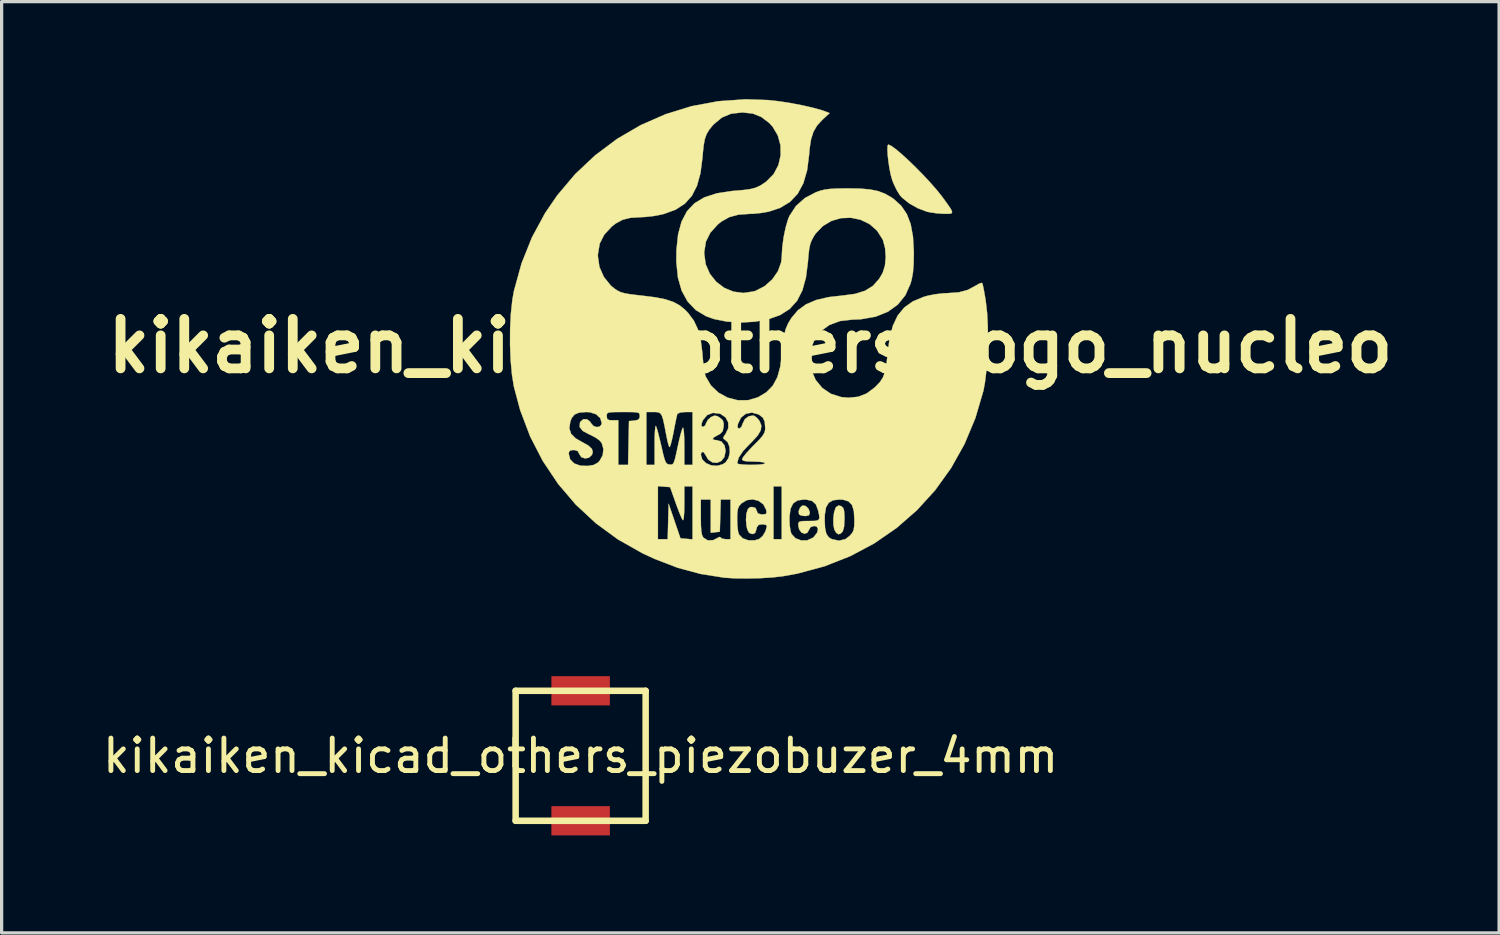
<source format=kicad_pcb>
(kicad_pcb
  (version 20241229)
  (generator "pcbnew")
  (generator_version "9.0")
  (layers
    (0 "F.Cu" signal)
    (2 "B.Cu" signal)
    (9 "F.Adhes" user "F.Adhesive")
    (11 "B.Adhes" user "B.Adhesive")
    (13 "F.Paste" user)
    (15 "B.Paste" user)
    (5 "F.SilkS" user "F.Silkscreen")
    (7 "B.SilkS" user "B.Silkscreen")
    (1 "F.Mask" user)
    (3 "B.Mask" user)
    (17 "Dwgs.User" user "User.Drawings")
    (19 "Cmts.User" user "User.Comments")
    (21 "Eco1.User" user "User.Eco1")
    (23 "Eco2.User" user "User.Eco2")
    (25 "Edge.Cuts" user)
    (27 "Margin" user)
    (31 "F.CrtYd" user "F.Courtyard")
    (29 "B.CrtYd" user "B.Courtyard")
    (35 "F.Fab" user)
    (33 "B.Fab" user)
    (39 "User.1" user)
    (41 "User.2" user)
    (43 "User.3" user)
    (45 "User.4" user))
  (footprint "kikaiken_kicad_others_logo_nucleo"
    (layer "F.Cu")
    (at 20.037 7.595)
    (property "Reference" "kikaiken_kicad_others_logo_nucleo" (at 0 0 0) (layer "F.SilkS") (effects (font (size 1.524 1.524) (thickness 0.3))))
    (attr through_hole)
    (fp_poly (pts (xy 1.694 4.92) (xy 1.781 4.997) (xy 1.827 5.109) (xy 1.829 5.134) (xy 1.803 5.207) (xy 1.708 5.232) (xy 1.679 5.232) (xy 1.562 5.217) (xy 1.498 5.181) (xy 1.486 5.081) (xy 1.531 4.971) (xy 1.601 4.909) (xy 1.694 4.92)) (stroke (width 0.01) (type solid)) (fill yes) (layer "F.SilkS"))
    (fp_poly (pts (xy 2.799 4.93) (xy 2.852 4.976) (xy 2.882 5.058) (xy 2.894 5.201) (xy 2.896 5.326) (xy 2.883 5.561) (xy 2.842 5.709) (xy 2.768 5.78) (xy 2.706 5.791) (xy 2.642 5.749) (xy 2.585 5.652) (xy 2.555 5.501) (xy 2.553 5.312) (xy 2.575 5.127) (xy 2.62 4.986) (xy 2.639 4.956) (xy 2.719 4.906) (xy 2.799 4.93)) (stroke (width 0.01) (type solid)) (fill yes) (layer "F.SilkS"))
    (fp_poly (pts (xy 4.328 -6.161) (xy 4.468 -6.061) (xy 4.649 -5.909) (xy 4.859 -5.717) (xy 5.085 -5.499) (xy 5.315 -5.265) (xy 5.534 -5.03) (xy 5.732 -4.804) (xy 5.895 -4.6) (xy 5.915 -4.573) (xy 6.07 -4.36) (xy 6.167 -4.217) (xy 6.208 -4.13) (xy 6.194 -4.084) (xy 6.125 -4.068) (xy 6.003 -4.067) (xy 5.958 -4.067) (xy 5.743 -4.081) (xy 5.526 -4.112) (xy 5.432 -4.133) (xy 5.151 -4.238) (xy 4.886 -4.388) (xy 4.67 -4.561) (xy 4.597 -4.644) (xy 4.506 -4.791) (xy 4.413 -4.983) (xy 4.365 -5.104) (xy 4.321 -5.261) (xy 4.281 -5.457) (xy 4.249 -5.668) (xy 4.226 -5.871) (xy 4.217 -6.042) (xy 4.222 -6.159) (xy 4.242 -6.198) (xy 4.328 -6.161)) (stroke (width 0.01) (type solid)) (fill yes) (layer "F.SilkS"))
    (fp_poly (pts (xy 0.542 -7.566) (xy 0.866 -7.531) (xy 1.222 -7.476) (xy 1.581 -7.408) (xy 1.913 -7.333) (xy 2.188 -7.257) (xy 2.299 -7.219) (xy 2.439 -7.165) (xy 2.213 -6.957) (xy 2.053 -6.783) (xy 1.94 -6.59) (xy 1.866 -6.354) (xy 1.82 -6.052) (xy 1.808 -5.891) (xy 1.747 -5.408) (xy 1.631 -5.008) (xy 1.457 -4.685) (xy 1.22 -4.434) (xy 0.918 -4.25) (xy 0.566 -4.133) (xy 0.338 -4.093) (xy 0.089 -4.068) (xy -0.016 -4.065) (xy -0.365 -4.041) (xy -0.649 -3.964) (xy -0.893 -3.827) (xy -0.997 -3.743) (xy -1.23 -3.488) (xy -1.368 -3.209) (xy -1.419 -2.891) (xy -1.42 -2.845) (xy -1.375 -2.515) (xy -1.247 -2.222) (xy -1.052 -1.977) (xy -0.805 -1.789) (xy -0.518 -1.671) (xy -0.208 -1.631) (xy 0.113 -1.681) (xy 0.165 -1.698) (xy 0.441 -1.841) (xy 0.674 -2.049) (xy 0.849 -2.301) (xy 0.948 -2.575) (xy 0.965 -2.738) (xy 0.981 -3.025) (xy 1.022 -3.337) (xy 1.084 -3.639) (xy 1.158 -3.893) (xy 1.2 -3.996) (xy 1.402 -4.307) (xy 1.683 -4.556) (xy 2.013 -4.728) (xy 2.152 -4.778) (xy 2.288 -4.811) (xy 2.446 -4.832) (xy 2.652 -4.844) (xy 2.928 -4.848) (xy 2.997 -4.849) (xy 3.379 -4.842) (xy 3.683 -4.816) (xy 3.93 -4.765) (xy 4.143 -4.685) (xy 4.343 -4.569) (xy 4.415 -4.519) (xy 4.643 -4.312) (xy 4.814 -4.059) (xy 4.933 -3.747) (xy 5.003 -3.366) (xy 5.029 -2.904) (xy 5.029 -2.841) (xy 5.023 -2.517) (xy 5.003 -2.263) (xy 4.964 -2.05) (xy 4.929 -1.921) (xy 4.77 -1.563) (xy 4.537 -1.274) (xy 4.23 -1.053) (xy 3.853 -0.902) (xy 3.406 -0.823) (xy 3.134 -0.811) (xy 2.757 -0.767) (xy 2.432 -0.646) (xy 2.169 -0.455) (xy 1.976 -0.203) (xy 1.86 0.103) (xy 1.83 0.392) (xy 1.877 0.741) (xy 2.008 1.044) (xy 2.212 1.291) (xy 2.478 1.471) (xy 2.797 1.573) (xy 3.023 1.592) (xy 3.322 1.562) (xy 3.579 1.461) (xy 3.826 1.276) (xy 3.852 1.252) (xy 3.986 1.111) (xy 4.08 0.966) (xy 4.145 0.792) (xy 4.188 0.566) (xy 4.22 0.263) (xy 4.221 0.25) (xy 4.282 -0.229) (xy 4.384 -0.621) (xy 4.533 -0.937) (xy 4.736 -1.184) (xy 4.998 -1.371) (xy 5.327 -1.509) (xy 5.459 -1.547) (xy 5.69 -1.592) (xy 5.944 -1.621) (xy 6.069 -1.626) (xy 6.41 -1.65) (xy 6.69 -1.725) (xy 6.927 -1.852) (xy 7.042 -1.919) (xy 7.121 -1.941) (xy 7.135 -1.934) (xy 7.154 -1.868) (xy 7.183 -1.726) (xy 7.218 -1.529) (xy 7.244 -1.368) (xy 7.284 -1.018) (xy 7.305 -0.606) (xy 7.309 -0.159) (xy 7.295 0.295) (xy 7.265 0.728) (xy 7.22 1.111) (xy 7.172 1.372) (xy 6.923 2.219) (xy 6.59 3.015) (xy 6.176 3.755) (xy 5.687 4.436) (xy 5.127 5.051) (xy 4.501 5.598) (xy 3.815 6.071) (xy 3.073 6.467) (xy 2.279 6.779) (xy 1.439 7.005) (xy 0.991 7.086) (xy 0.678 7.121) (xy 0.306 7.144) (xy -0.086 7.153) (xy -0.461 7.15) (xy -0.779 7.131) (xy -0.813 7.127) (xy -1.531 7.014) (xy -2.233 6.825) (xy -2.941 6.553) (xy -3.327 6.374) (xy -4.073 5.952) (xy -4.084 5.944) (xy -2.845 5.944) (xy -2.543 5.944) (xy -2.515 4.851) (xy -2.333 5.385) (xy -2.151 5.918) (xy -1.965 5.934) (xy -1.778 5.95) (xy -1.778 4.724) (xy -1.524 4.724) (xy -1.524 5.266) (xy -1.521 5.525) (xy -1.509 5.701) (xy -1.487 5.816) (xy -1.451 5.888) (xy -1.44 5.901) (xy -1.305 5.983) (xy -1.143 5.974) (xy -1.027 5.915) (xy -0.946 5.874) (xy -0.914 5.89) (xy -0.87 5.928) (xy -0.764 5.944) (xy -0.762 5.944) (xy -0.61 5.944) (xy -0.61 5.335) (xy -0.406 5.335) (xy -0.399 5.531) (xy -0.38 5.697) (xy -0.352 5.797) (xy -0.352 5.797) (xy -0.235 5.918) (xy -0.061 5.98) (xy 0.139 5.979) (xy 0.274 5.937) (xy 0.378 5.847) (xy 0.465 5.702) (xy 0.507 5.55) (xy 0.508 5.53) (xy 0.464 5.499) (xy 0.362 5.486) (xy 0.254 5.504) (xy 0.201 5.576) (xy 0.185 5.642) (xy 0.148 5.752) (xy 0.081 5.785) (xy 0.04 5.782) (xy -0.039 5.748) (xy -0.09 5.655) (xy -0.117 5.545) (xy -0.135 5.352) (xy -0.122 5.165) (xy -0.116 5.139) (xy -0.073 5.012) (xy -0.01 4.96) (xy 0.053 4.953) (xy 0.157 4.982) (xy 0.194 5.067) (xy 0.23 5.151) (xy 0.323 5.18) (xy 0.365 5.182) (xy 0.47 5.173) (xy 0.5 5.127) (xy 0.486 5.042) (xy 0.401 4.875) (xy 0.254 4.765) (xy 0.074 4.719) (xy -0.113 4.744) (xy -0.278 4.846) (xy -0.282 4.849) (xy -0.349 4.929) (xy -0.386 5.021) (xy -0.403 5.156) (xy -0.406 5.335) (xy -0.61 5.335) (xy -0.61 4.724) (xy -0.911 4.724) (xy -0.925 5.22) (xy -0.94 5.715) (xy -1.219 5.747) (xy -1.219 4.724) (xy -1.524 4.724) (xy -1.778 4.724) (xy -1.778 4.318) (xy 0.711 4.318) (xy 0.711 5.944) (xy 0.965 5.944) (xy 0.965 5.32) (xy 1.202 5.32) (xy 1.21 5.515) (xy 1.234 5.684) (xy 1.264 5.781) (xy 1.388 5.915) (xy 1.561 5.982) (xy 1.749 5.98) (xy 1.919 5.903) (xy 1.958 5.87) (xy 2.056 5.74) (xy 2.082 5.628) (xy 2.038 5.555) (xy 1.962 5.537) (xy 1.85 5.575) (xy 1.814 5.639) (xy 1.753 5.747) (xy 1.665 5.777) (xy 1.572 5.739) (xy 1.501 5.642) (xy 1.473 5.502) (xy 1.48 5.439) (xy 1.517 5.404) (xy 1.606 5.388) (xy 1.77 5.385) (xy 1.803 5.385) (xy 1.989 5.382) (xy 2.091 5.359) (xy 2.099 5.344) (xy 2.286 5.344) (xy 2.298 5.6) (xy 2.337 5.775) (xy 2.411 5.886) (xy 2.505 5.943) (xy 2.729 5.991) (xy 2.924 5.943) (xy 3.052 5.846) (xy 3.131 5.757) (xy 3.176 5.668) (xy 3.196 5.546) (xy 3.2 5.358) (xy 3.2 5.345) (xy 3.184 5.076) (xy 3.128 4.893) (xy 3.023 4.782) (xy 2.861 4.731) (xy 2.743 4.724) (xy 2.545 4.747) (xy 2.41 4.823) (xy 2.328 4.965) (xy 2.291 5.186) (xy 2.286 5.344) (xy 2.099 5.344) (xy 2.125 5.297) (xy 2.111 5.174) (xy 2.084 5.056) (xy 2.015 4.872) (xy 1.899 4.767) (xy 1.717 4.726) (xy 1.65 4.724) (xy 1.452 4.752) (xy 1.317 4.843) (xy 1.236 5.006) (xy 1.204 5.251) (xy 1.202 5.32) (xy 0.965 5.32) (xy 0.965 4.318) (xy 0.711 4.318) (xy -1.778 4.318) (xy -2.032 4.318) (xy -2.032 4.862) (xy -2.036 5.109) (xy -2.048 5.276) (xy -2.066 5.355) (xy -2.08 5.357) (xy -2.116 5.291) (xy -2.176 5.152) (xy -2.249 4.962) (xy -2.298 4.826) (xy -2.469 4.343) (xy -2.657 4.328) (xy -2.845 4.312) (xy -2.845 5.944) (xy -4.084 5.944) (xy -4.755 5.453) (xy -5.371 4.881) (xy -5.915 4.243) (xy -6.384 3.542) (xy -6.5 3.318) (xy -5.588 3.318) (xy -5.544 3.491) (xy -5.418 3.616) (xy -5.224 3.684) (xy -5.007 3.691) (xy -4.824 3.661) (xy -4.701 3.596) (xy -4.638 3.534) (xy -4.543 3.36) (xy -4.521 3.168) (xy -4.571 2.992) (xy -4.636 2.909) (xy -4.756 2.822) (xy -4.917 2.737) (xy -4.967 2.716) (xy -5.159 2.612) (xy -5.251 2.493) (xy -5.243 2.359) (xy -5.231 2.334) (xy -5.143 2.255) (xy -5.031 2.254) (xy -4.932 2.325) (xy -4.903 2.375) (xy -4.828 2.462) (xy -4.725 2.496) (xy -4.629 2.477) (xy -4.575 2.405) (xy -4.572 2.378) (xy -4.618 2.218) (xy -4.682 2.159) (xy -4.42 2.159) (xy -4.406 2.245) (xy -4.347 2.28) (xy -4.242 2.286) (xy -4.064 2.286) (xy -4.064 3.658) (xy -3.762 3.658) (xy -3.748 2.985) (xy -3.734 2.311) (xy -3.569 2.295) (xy -3.453 2.271) (xy -3.408 2.211) (xy -3.404 2.156) (xy -3.407 2.1) (xy -3.43 2.064) (xy -3.49 2.043) (xy -3.607 2.034) (xy -3.799 2.032) (xy -3.912 2.032) (xy -3.2 2.032) (xy -3.2 3.658) (xy -2.946 3.658) (xy -2.946 3.04) (xy -2.944 2.807) (xy -2.936 2.62) (xy -2.924 2.498) (xy -2.91 2.458) (xy -2.908 2.459) (xy -2.883 2.521) (xy -2.842 2.66) (xy -2.792 2.857) (xy -2.743 3.064) (xy -2.687 3.309) (xy -2.644 3.472) (xy -2.606 3.571) (xy -2.566 3.622) (xy -2.516 3.643) (xy -2.485 3.647) (xy -2.427 3.65) (xy -2.385 3.631) (xy -2.35 3.573) (xy -2.315 3.461) (xy -2.273 3.277) (xy -2.235 3.099) (xy -2.185 2.872) (xy -2.137 2.684) (xy -2.097 2.556) (xy -2.075 2.509) (xy -2.058 2.546) (xy -2.044 2.666) (xy -2.035 2.849) (xy -2.032 3.07) (xy -2.032 3.658) (xy -1.778 3.658) (xy -1.778 3.343) (xy -1.524 3.343) (xy -1.48 3.493) (xy -1.364 3.605) (xy -1.203 3.673) (xy -1.023 3.687) (xy -0.85 3.64) (xy -0.805 3.61) (xy -0.406 3.61) (xy -0.36 3.632) (xy -0.234 3.648) (xy -0.054 3.657) (xy 0.025 3.658) (xy 0.236 3.652) (xy 0.385 3.637) (xy 0.454 3.613) (xy 0.457 3.607) (xy 0.41 3.581) (xy 0.284 3.563) (xy 0.102 3.556) (xy 0.102 3.556) (xy -0.093 3.551) (xy -0.204 3.534) (xy -0.25 3.502) (xy -0.254 3.482) (xy -0.22 3.417) (xy -0.127 3.301) (xy 0.007 3.154) (xy 0.102 3.058) (xy 0.269 2.889) (xy 0.375 2.766) (xy 0.432 2.67) (xy 0.455 2.581) (xy 0.457 2.527) (xy 0.443 2.336) (xy 0.389 2.212) (xy 0.28 2.123) (xy 0.244 2.103) (xy 0.045 2.049) (xy -0.14 2.086) (xy -0.289 2.205) (xy -0.382 2.396) (xy -0.383 2.4) (xy -0.395 2.504) (xy -0.354 2.539) (xy -0.342 2.54) (xy -0.278 2.495) (xy -0.236 2.387) (xy -0.17 2.253) (xy -0.052 2.163) (xy 0.081 2.14) (xy 0.121 2.15) (xy 0.203 2.211) (xy 0.282 2.308) (xy 0.338 2.446) (xy 0.321 2.591) (xy 0.226 2.755) (xy 0.046 2.951) (xy -0.002 2.997) (xy -0.222 3.23) (xy -0.359 3.435) (xy -0.406 3.607) (xy -0.406 3.61) (xy -0.805 3.61) (xy -0.759 3.578) (xy -0.671 3.446) (xy -0.632 3.277) (xy -0.642 3.104) (xy -0.698 2.958) (xy -0.796 2.874) (xy -0.837 2.841) (xy -0.816 2.78) (xy -0.766 2.711) (xy -0.679 2.532) (xy -0.68 2.353) (xy -0.762 2.197) (xy -0.919 2.09) (xy -0.94 2.083) (xy -1.151 2.058) (xy -1.327 2.125) (xy -1.456 2.277) (xy -1.496 2.375) (xy -1.505 2.465) (xy -1.455 2.489) (xy -1.389 2.446) (xy -1.362 2.377) (xy -1.308 2.271) (xy -1.212 2.189) (xy -1.107 2.143) (xy -1.021 2.157) (xy -0.943 2.203) (xy -0.85 2.284) (xy -0.82 2.387) (xy -0.823 2.48) (xy -0.851 2.619) (xy -0.928 2.704) (xy -1.002 2.743) (xy -1.128 2.815) (xy -1.16 2.866) (xy -1.098 2.893) (xy -1.045 2.896) (xy -0.891 2.939) (xy -0.793 3.06) (xy -0.762 3.229) (xy -0.799 3.416) (xy -0.895 3.539) (xy -1.027 3.596) (xy -1.169 3.582) (xy -1.299 3.493) (xy -1.388 3.34) (xy -1.442 3.263) (xy -1.499 3.265) (xy -1.524 3.343) (xy -1.778 3.343) (xy -1.778 2.032) (xy -2.001 2.032) (xy -2.153 2.046) (xy -2.239 2.082) (xy -2.248 2.095) (xy -2.267 2.17) (xy -2.299 2.32) (xy -2.339 2.52) (xy -2.364 2.655) (xy -2.407 2.859) (xy -2.446 3.014) (xy -2.477 3.101) (xy -2.492 3.112) (xy -2.518 3.045) (xy -2.553 2.909) (xy -2.587 2.743) (xy -2.64 2.464) (xy -2.682 2.27) (xy -2.722 2.145) (xy -2.769 2.074) (xy -2.831 2.041) (xy -2.916 2.032) (xy -2.974 2.032) (xy -3.2 2.032) (xy -3.912 2.032) (xy -4.142 2.033) (xy -4.29 2.038) (xy -4.373 2.053) (xy -4.41 2.081) (xy -4.419 2.129) (xy -4.42 2.159) (xy -4.682 2.159) (xy -4.744 2.102) (xy -4.936 2.039) (xy -5.041 2.032) (xy -5.261 2.048) (xy -5.405 2.105) (xy -5.497 2.216) (xy -5.541 2.331) (xy -5.57 2.534) (xy -5.516 2.701) (xy -5.373 2.844) (xy -5.189 2.949) (xy -4.987 3.061) (xy -4.876 3.164) (xy -4.848 3.269) (xy -4.876 3.352) (xy -4.968 3.438) (xy -5.088 3.46) (xy -5.2 3.42) (xy -5.262 3.327) (xy -5.312 3.232) (xy -5.415 3.201) (xy -5.441 3.2) (xy -5.548 3.216) (xy -5.586 3.278) (xy -5.588 3.318) (xy -6.5 3.318) (xy -6.775 2.785) (xy -7.082 1.976) (xy -7.275 1.254) (xy -7.335 0.884) (xy -7.375 0.445) (xy -7.394 -0.033) (xy -7.392 -0.522) (xy -7.369 -0.991) (xy -7.324 -1.412) (xy -7.276 -1.686) (xy -7.04 -2.542) (xy -6.951 -2.764) (xy -4.692 -2.764) (xy -4.644 -2.432) (xy -4.507 -2.123) (xy -4.295 -1.86) (xy -4.181 -1.766) (xy -4.086 -1.703) (xy -3.988 -1.656) (xy -3.866 -1.621) (xy -3.698 -1.592) (xy -3.462 -1.563) (xy -3.309 -1.546) (xy -2.921 -1.497) (xy -2.615 -1.436) (xy -2.373 -1.356) (xy -2.176 -1.25) (xy -2.005 -1.11) (xy -1.916 -1.017) (xy -1.741 -0.783) (xy -1.615 -0.516) (xy -1.529 -0.195) (xy -1.478 0.2) (xy -1.473 0.274) (xy -1.451 0.51) (xy -1.423 0.724) (xy -1.392 0.884) (xy -1.375 0.94) (xy -1.212 1.216) (xy -0.981 1.436) (xy -0.7 1.589) (xy -0.391 1.67) (xy -0.073 1.669) (xy 0.229 1.581) (xy 0.49 1.426) (xy 0.689 1.223) (xy 0.831 0.96) (xy 0.923 0.626) (xy 0.969 0.254) (xy 0.999 -0.073) (xy 1.036 -0.322) (xy 1.087 -0.52) (xy 1.159 -0.689) (xy 1.259 -0.855) (xy 1.264 -0.863) (xy 1.463 -1.099) (xy 1.713 -1.281) (xy 2.025 -1.414) (xy 2.411 -1.504) (xy 2.845 -1.553) (xy 3.228 -1.604) (xy 3.531 -1.7) (xy 3.77 -1.849) (xy 3.96 -2.061) (xy 4.069 -2.245) (xy 4.14 -2.466) (xy 4.165 -2.736) (xy 4.145 -3.013) (xy 4.08 -3.256) (xy 4.071 -3.277) (xy 3.897 -3.549) (xy 3.665 -3.752) (xy 3.392 -3.884) (xy 3.095 -3.945) (xy 2.792 -3.934) (xy 2.498 -3.85) (xy 2.231 -3.691) (xy 2.008 -3.458) (xy 1.961 -3.387) (xy 1.892 -3.264) (xy 1.844 -3.143) (xy 1.812 -2.997) (xy 1.788 -2.797) (xy 1.772 -2.597) (xy 1.711 -2.112) (xy 1.601 -1.712) (xy 1.436 -1.389) (xy 1.209 -1.138) (xy 0.915 -0.951) (xy 0.547 -0.821) (xy 0.146 -0.748) (xy -0.29 -0.722) (xy -0.72 -0.75) (xy -1.114 -0.828) (xy -1.36 -0.915) (xy -1.68 -1.106) (xy -1.93 -1.367) (xy -2.113 -1.7) (xy -2.229 -2.107) (xy -2.278 -2.589) (xy -2.274 -2.959) (xy -2.223 -3.435) (xy -2.117 -3.828) (xy -1.95 -4.146) (xy -1.717 -4.392) (xy -1.411 -4.575) (xy -1.027 -4.698) (xy -0.559 -4.769) (xy -0.485 -4.775) (xy -0.201 -4.8) (xy 0.006 -4.829) (xy 0.164 -4.87) (xy 0.298 -4.931) (xy 0.435 -5.019) (xy 0.494 -5.063) (xy 0.715 -5.287) (xy 0.861 -5.561) (xy 0.932 -5.864) (xy 0.927 -6.177) (xy 0.844 -6.479) (xy 0.683 -6.75) (xy 0.576 -6.865) (xy 0.334 -7.048) (xy 0.079 -7.15) (xy -0.225 -7.184) (xy -0.254 -7.185) (xy -0.591 -7.147) (xy -0.875 -7.029) (xy -1.125 -6.822) (xy -1.164 -6.779) (xy -1.271 -6.647) (xy -1.347 -6.518) (xy -1.4 -6.371) (xy -1.436 -6.179) (xy -1.464 -5.92) (xy -1.474 -5.791) (xy -1.535 -5.318) (xy -1.642 -4.93) (xy -1.8 -4.619) (xy -2.017 -4.377) (xy -2.298 -4.195) (xy -2.649 -4.066) (xy -2.744 -4.042) (xy -2.977 -3.998) (xy -3.229 -3.97) (xy -3.378 -3.963) (xy -3.686 -3.944) (xy -3.929 -3.884) (xy -4.139 -3.771) (xy -4.26 -3.678) (xy -4.494 -3.427) (xy -4.635 -3.15) (xy -4.69 -2.829) (xy -4.692 -2.764) (xy -6.951 -2.764) (xy -6.72 -3.341) (xy -6.316 -4.088) (xy -5.945 -4.63) (xy -5.39 -5.288) (xy -4.771 -5.87) (xy -4.097 -6.374) (xy -3.374 -6.795) (xy -2.61 -7.13) (xy -1.812 -7.377) (xy -0.987 -7.531) (xy -0.143 -7.59) (xy 0.542 -7.566)) (stroke (width 0.01) (type solid)) (fill yes) (layer "F.SilkS")))
  (footprint "kikaiken_kicad_others_piezobuzer_4mm"
    (layer "F.Cu")
    (at 14.815 20.204)
    (property "Reference" "kikaiken_kicad_others_piezobuzer_4mm" (at 0 0 0) (layer "F.SilkS") (effects (font (size 1 1) (thickness 0.15))))
    (attr through_hole)
    (fp_line (start -2 -2) (end -2 2) (stroke (width 0.2) (type solid)) (layer "F.SilkS"))
    (fp_line (start -2 2) (end 2 2) (stroke (width 0.2) (type solid)) (layer "F.SilkS"))
    (fp_line (start 2 -2) (end -2 -2) (stroke (width 0.2) (type solid)) (layer "F.SilkS"))
    (fp_line (start 2 2) (end 2 -2) (stroke (width 0.2) (type solid)) (layer "F.SilkS"))
    (pad "1" smd rect (at 0 -2) (size 1.8 0.9) (layers "F.Cu" "F.Mask" "F.Paste"))
    (pad "2" smd rect (at 0 2) (size 1.8 0.9) (layers "F.Cu" "F.Mask" "F.Paste")))
  (gr_rect
    (start -3 -3)
    (end 43.074 25.654)
    (stroke (width 0.1) (type default))
    (fill no)
    (layer "Edge.Cuts")))
</source>
